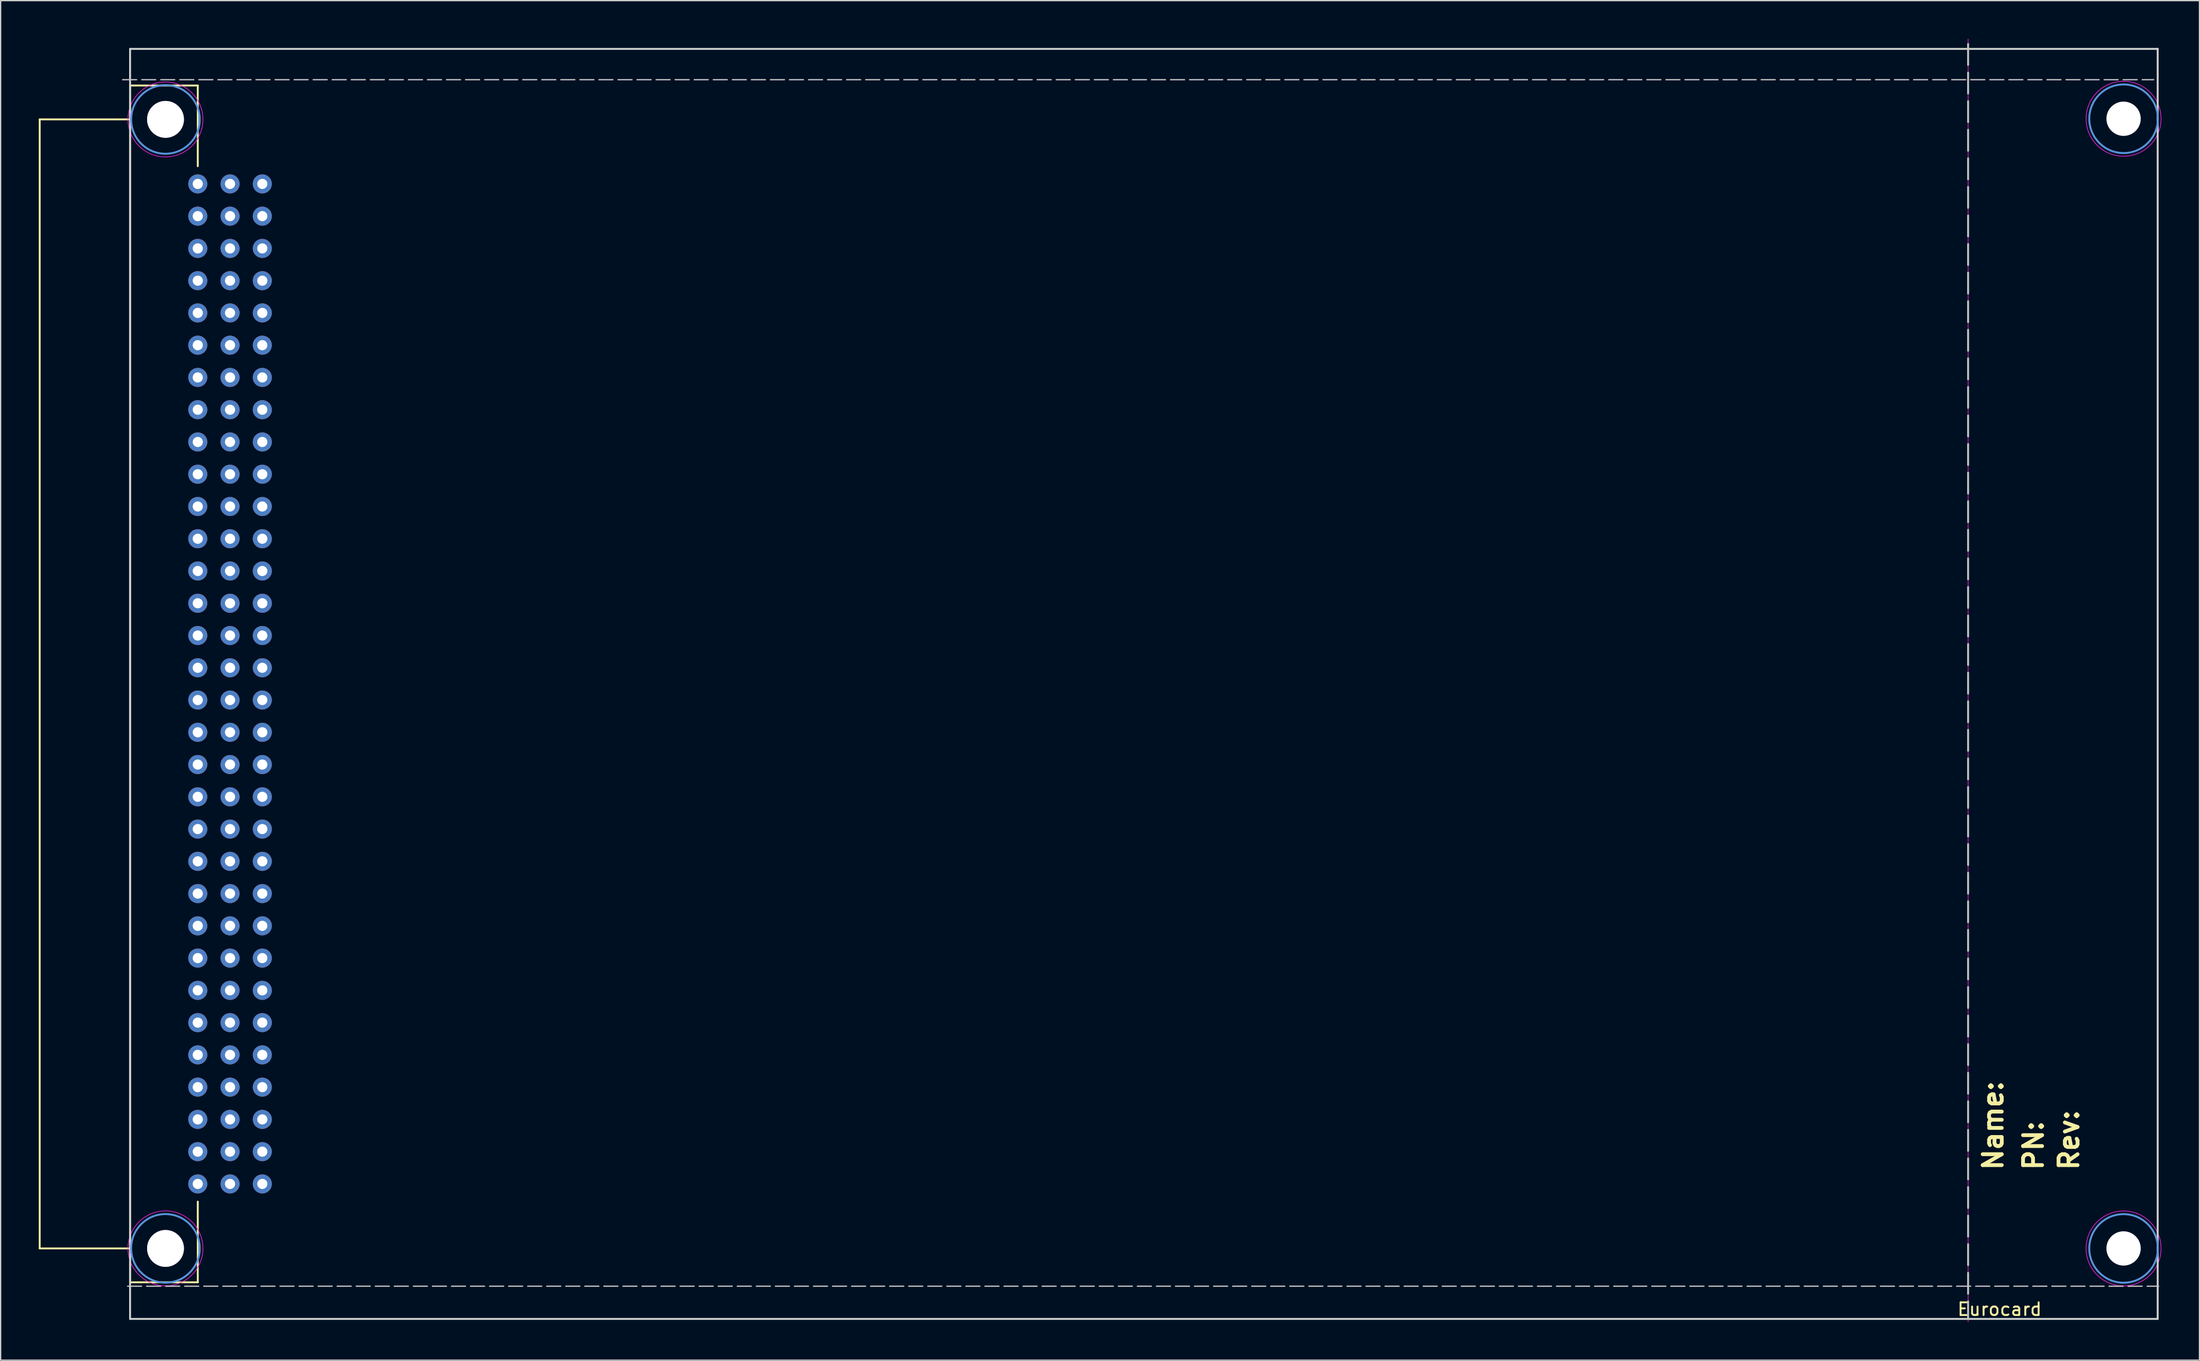
<source format=kicad_pcb>
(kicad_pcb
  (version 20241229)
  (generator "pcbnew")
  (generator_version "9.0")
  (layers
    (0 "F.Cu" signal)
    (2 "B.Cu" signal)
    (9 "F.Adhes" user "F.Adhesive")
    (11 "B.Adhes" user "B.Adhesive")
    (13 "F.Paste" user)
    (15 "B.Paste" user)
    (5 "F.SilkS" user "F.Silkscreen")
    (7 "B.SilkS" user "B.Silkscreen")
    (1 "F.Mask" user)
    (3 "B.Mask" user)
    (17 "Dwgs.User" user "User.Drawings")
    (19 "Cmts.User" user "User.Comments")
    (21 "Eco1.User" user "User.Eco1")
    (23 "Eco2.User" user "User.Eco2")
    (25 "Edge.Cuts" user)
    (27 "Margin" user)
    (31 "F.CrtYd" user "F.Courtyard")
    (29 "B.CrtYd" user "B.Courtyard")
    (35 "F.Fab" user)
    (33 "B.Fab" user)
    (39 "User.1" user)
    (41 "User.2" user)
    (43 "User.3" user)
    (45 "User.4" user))
  (footprint "Eurocard"
    (layer "F.Cu")
    (at 166.821 100.8)
    (property "Reference" "Eurocard" (at -12.446 -0.762 0) (unlocked yes) (layer "F.SilkS") (effects (font (size 1 1) (thickness 0.15))))
    (attr smd)
    (fp_line (start -166.746 -94.45) (end -159.634 -94.45) (stroke (width 0.15) (type solid)) (layer "F.SilkS"))
    (fp_line (start -166.746 -5.55) (end -166.746 -94.45) (stroke (width 0.15) (type solid)) (layer "F.SilkS"))
    (fp_line (start -159.634 -97.117) (end -154.3 -97.117) (stroke (width 0.15) (type solid)) (layer "F.SilkS"))
    (fp_line (start -159.634 -5.55) (end -166.746 -5.55) (stroke (width 0.15) (type solid)) (layer "F.SilkS"))
    (fp_line (start -159.634 -2.883) (end -159.634 -97.117) (stroke (width 0.15) (type solid)) (layer "F.SilkS"))
    (fp_line (start -154.3 -97.117) (end -154.3 -90.767) (stroke (width 0.15) (type solid)) (layer "F.SilkS"))
    (fp_line (start -154.3 -2.883) (end -159.634 -2.883) (stroke (width 0.15) (type solid)) (layer "F.SilkS"))
    (fp_line (start -154.3 -2.883) (end -154.3 -9.233) (stroke (width 0.15) (type solid)) (layer "F.SilkS"))
    (fp_line (start -160.215 -97.575) (end -0.315 -97.575) (stroke (width 0.1) (type dash)) (layer "Dwgs.User"))
    (fp_line (start -159.825 -2.575) (end 0.075 -2.575) (stroke (width 0.1) (type dash)) (layer "Dwgs.User"))
    (fp_line (start -14.925 -100.385) (end -14.925 -0.015) (stroke (width 0.15) (type dash)) (layer "Dwgs.User"))
    (fp_circle (center -156.845 -94.445) (end -154.145 -94.445) (stroke (width 0.15) (type solid)) (fill no) (layer "Cmts.User"))
    (fp_circle (center -156.845 -5.555) (end -154.145 -5.555) (stroke (width 0.15) (type solid)) (fill no) (layer "Cmts.User"))
    (fp_circle (center -2.685 -94.5) (end 0.015 -94.5) (stroke (width 0.15) (type solid)) (fill no) (layer "Cmts.User"))
    (fp_circle (center -2.685 -5.55) (end 0.015 -5.55) (stroke (width 0.15) (type solid)) (fill no) (layer "Cmts.User"))
    (fp_line (start -159.63 -100) (end -159.63 0) (stroke (width 0.15) (type solid)) (layer "Edge.Cuts"))
    (fp_line (start -159.63 0) (end 0 0) (stroke (width 0.15) (type solid)) (layer "Edge.Cuts"))
    (fp_line (start 0 -100) (end -159.63 -100) (stroke (width 0.15) (type solid)) (layer "Edge.Cuts"))
    (fp_line (start 0 -100) (end 0 -100) (stroke (width 0.15) (type solid)) (layer "Edge.Cuts"))
    (fp_line (start 0 0) (end 0 -100) (stroke (width 0.15) (type solid)) (layer "Edge.Cuts"))
    (fp_line (start -14.925 -97.625) (end -14.925 -100.775) (stroke (width 0.05) (type solid)) (layer "F.CrtYd"))
    (fp_line (start -14.925 -97.575) (end -14.925 -0.075) (stroke (width 0.05) (type solid)) (layer "F.CrtYd"))
    (fp_line (start -14.925 -0.075) (end -14.925 0.225) (stroke (width 0.05) (type solid)) (layer "F.CrtYd"))
    (fp_circle (center -156.845 -94.445) (end -153.895 -94.445) (stroke (width 0.05) (type solid)) (fill no) (layer "F.CrtYd"))
    (fp_circle (center -156.845 -5.555) (end -153.895 -5.555) (stroke (width 0.05) (type solid)) (fill no) (layer "F.CrtYd"))
    (fp_circle (center -2.685 -94.5) (end 0.265 -94.5) (stroke (width 0.05) (type solid)) (fill no) (layer "F.CrtYd"))
    (fp_circle (center -2.685 -5.55) (end 0.265 -5.55) (stroke (width 0.05) (type solid)) (fill no) (layer "F.CrtYd"))
    (fp_text user "PN: " (at -9.779 -11.557 90) (unlocked yes) (layer "F.SilkS") (effects (font (size 1.5 1.5) (thickness 0.3)) (justify left)))
    (fp_text user "Rev:" (at -6.985 -11.557 90) (unlocked yes) (layer "F.SilkS") (effects (font (size 1.5 1.5) (thickness 0.3)) (justify left)))
    (fp_text user "Name: " (at -12.954 -11.557 90) (unlocked yes) (layer "F.SilkS") (effects (font (size 1.5 1.5) (thickness 0.3)) (justify left)))
    (pad "" np_thru_hole circle (at -156.845 -94.445) (size 2.7 2.7) (drill 2.7) (layers "*.Cu" "*.Mask"))
    (pad "" np_thru_hole circle (at -156.845 -5.555) (size 2.7 2.7) (drill 2.7) (layers "*.Cu" "*.Mask"))
    (pad "" np_thru_hole circle (at -2.685 -94.5) (size 2.7 2.7) (drill 2.7) (layers "*.Cu" "*.Mask"))
    (pad "" np_thru_hole circle (at -2.685 -5.55) (size 2.7 2.7) (drill 2.7) (layers "*.Cu" "*.Mask"))
    (pad "1" thru_hole circle (at -156.84 -94.45 270) (size 2.901 2.901) (drill 2.901) (layers "*.Cu" "*.Mask"))
    (pad "1" thru_hole circle (at -156.84 -5.55 270) (size 2.901 2.901) (drill 2.901) (layers "*.Cu" "*.Mask"))
    (pad "1a" thru_hole circle (at -154.3 -10.63 90) (size 1.501 1.501) (drill 0.8) (layers "*.Cu" "*.Mask"))
    (pad "1b" thru_hole circle (at -151.76 -10.63 90) (size 1.501 1.501) (drill 0.8) (layers "*.Cu" "*.Mask"))
    (pad "1c" thru_hole circle (at -149.22 -10.63 90) (size 1.501 1.501) (drill 0.8) (layers "*.Cu" "*.Mask"))
    (pad "2a" thru_hole circle (at -154.3 -13.17 90) (size 1.501 1.501) (drill 0.8) (layers "*.Cu" "*.Mask"))
    (pad "2b" thru_hole circle (at -151.76 -13.17 90) (size 1.501 1.501) (drill 0.8) (layers "*.Cu" "*.Mask"))
    (pad "2c" thru_hole circle (at -149.22 -13.17 90) (size 1.501 1.501) (drill 0.8) (layers "*.Cu" "*.Mask"))
    (pad "3a" thru_hole circle (at -154.3 -15.71 90) (size 1.501 1.501) (drill 0.8) (layers "*.Cu" "*.Mask"))
    (pad "3b" thru_hole circle (at -151.76 -15.71 90) (size 1.501 1.501) (drill 0.8) (layers "*.Cu" "*.Mask"))
    (pad "3c" thru_hole circle (at -149.22 -15.71 90) (size 1.501 1.501) (drill 0.8) (layers "*.Cu" "*.Mask"))
    (pad "4a" thru_hole circle (at -154.3 -18.25 90) (size 1.501 1.501) (drill 0.8) (layers "*.Cu" "*.Mask"))
    (pad "4b" thru_hole circle (at -151.76 -18.25 90) (size 1.501 1.501) (drill 0.8) (layers "*.Cu" "*.Mask"))
    (pad "4c" thru_hole circle (at -149.22 -18.25 90) (size 1.501 1.501) (drill 0.8) (layers "*.Cu" "*.Mask"))
    (pad "5a" thru_hole circle (at -154.3 -20.79 90) (size 1.501 1.501) (drill 0.8) (layers "*.Cu" "*.Mask"))
    (pad "5b" thru_hole circle (at -151.76 -20.79 90) (size 1.501 1.501) (drill 0.8) (layers "*.Cu" "*.Mask"))
    (pad "5c" thru_hole circle (at -149.22 -20.79 90) (size 1.501 1.501) (drill 0.8) (layers "*.Cu" "*.Mask"))
    (pad "6a" thru_hole circle (at -154.3 -23.33 90) (size 1.501 1.501) (drill 0.8) (layers "*.Cu" "*.Mask"))
    (pad "6b" thru_hole circle (at -151.76 -23.33 90) (size 1.501 1.501) (drill 0.8) (layers "*.Cu" "*.Mask"))
    (pad "6c" thru_hole circle (at -149.22 -23.33 90) (size 1.501 1.501) (drill 0.8) (layers "*.Cu" "*.Mask"))
    (pad "7a" thru_hole circle (at -154.3 -25.87 90) (size 1.501 1.501) (drill 0.8) (layers "*.Cu" "*.Mask"))
    (pad "7b" thru_hole circle (at -151.76 -25.87 90) (size 1.501 1.501) (drill 0.8) (layers "*.Cu" "*.Mask"))
    (pad "7c" thru_hole circle (at -149.22 -25.87 90) (size 1.501 1.501) (drill 0.8) (layers "*.Cu" "*.Mask"))
    (pad "8a" thru_hole circle (at -154.3 -28.41 90) (size 1.501 1.501) (drill 0.8) (layers "*.Cu" "*.Mask"))
    (pad "8b" thru_hole circle (at -151.76 -28.41 90) (size 1.501 1.501) (drill 0.8) (layers "*.Cu" "*.Mask"))
    (pad "8c" thru_hole circle (at -149.22 -28.41 90) (size 1.501 1.501) (drill 0.8) (layers "*.Cu" "*.Mask"))
    (pad "9a" thru_hole circle (at -154.3 -30.95 90) (size 1.501 1.501) (drill 0.8) (layers "*.Cu" "*.Mask"))
    (pad "9b" thru_hole circle (at -151.76 -30.95 90) (size 1.501 1.501) (drill 0.8) (layers "*.Cu" "*.Mask"))
    (pad "9c" thru_hole circle (at -149.22 -30.95 90) (size 1.501 1.501) (drill 0.8) (layers "*.Cu" "*.Mask"))
    (pad "10a" thru_hole circle (at -154.3 -33.49 90) (size 1.501 1.501) (drill 0.8) (layers "*.Cu" "*.Mask"))
    (pad "10b" thru_hole circle (at -151.76 -33.49 90) (size 1.501 1.501) (drill 0.8) (layers "*.Cu" "*.Mask"))
    (pad "10c" thru_hole circle (at -149.22 -33.49 90) (size 1.501 1.501) (drill 0.8) (layers "*.Cu" "*.Mask"))
    (pad "11a" thru_hole circle (at -154.3 -36.03 90) (size 1.501 1.501) (drill 0.8) (layers "*.Cu" "*.Mask"))
    (pad "11b" thru_hole circle (at -151.76 -36.03 90) (size 1.501 1.501) (drill 0.8) (layers "*.Cu" "*.Mask"))
    (pad "11c" thru_hole circle (at -149.22 -36.03 90) (size 1.501 1.501) (drill 0.8) (layers "*.Cu" "*.Mask"))
    (pad "12a" thru_hole circle (at -154.3 -38.57 90) (size 1.501 1.501) (drill 0.8) (layers "*.Cu" "*.Mask"))
    (pad "12b" thru_hole circle (at -151.76 -38.57 90) (size 1.501 1.501) (drill 0.8) (layers "*.Cu" "*.Mask"))
    (pad "12c" thru_hole circle (at -149.22 -38.57 90) (size 1.501 1.501) (drill 0.8) (layers "*.Cu" "*.Mask"))
    (pad "13a" thru_hole circle (at -154.3 -41.11 90) (size 1.501 1.501) (drill 0.8) (layers "*.Cu" "*.Mask"))
    (pad "13b" thru_hole circle (at -151.76 -41.11 90) (size 1.501 1.501) (drill 0.8) (layers "*.Cu" "*.Mask"))
    (pad "13c" thru_hole circle (at -149.22 -41.11 90) (size 1.501 1.501) (drill 0.8) (layers "*.Cu" "*.Mask"))
    (pad "14a" thru_hole circle (at -154.3 -43.65 90) (size 1.501 1.501) (drill 0.8) (layers "*.Cu" "*.Mask"))
    (pad "14b" thru_hole circle (at -151.76 -43.65 90) (size 1.501 1.501) (drill 0.8) (layers "*.Cu" "*.Mask"))
    (pad "14c" thru_hole circle (at -149.22 -43.65 90) (size 1.501 1.501) (drill 0.8) (layers "*.Cu" "*.Mask"))
    (pad "15a" thru_hole circle (at -154.3 -46.19 90) (size 1.501 1.501) (drill 0.8) (layers "*.Cu" "*.Mask"))
    (pad "15b" thru_hole circle (at -151.76 -46.19 90) (size 1.501 1.501) (drill 0.8) (layers "*.Cu" "*.Mask"))
    (pad "15c" thru_hole circle (at -149.22 -46.19 90) (size 1.501 1.501) (drill 0.8) (layers "*.Cu" "*.Mask"))
    (pad "16a" thru_hole circle (at -154.3 -48.73 90) (size 1.501 1.501) (drill 0.8) (layers "*.Cu" "*.Mask"))
    (pad "16b" thru_hole circle (at -151.76 -48.73 90) (size 1.501 1.501) (drill 0.8) (layers "*.Cu" "*.Mask"))
    (pad "16c" thru_hole circle (at -149.22 -48.73 90) (size 1.501 1.501) (drill 0.8) (layers "*.Cu" "*.Mask"))
    (pad "17a" thru_hole circle (at -154.3 -51.27 90) (size 1.501 1.501) (drill 0.8) (layers "*.Cu" "*.Mask"))
    (pad "17b" thru_hole circle (at -151.76 -51.27 90) (size 1.501 1.501) (drill 0.8) (layers "*.Cu" "*.Mask"))
    (pad "17c" thru_hole circle (at -149.22 -51.27 90) (size 1.501 1.501) (drill 0.8) (layers "*.Cu" "*.Mask"))
    (pad "18a" thru_hole circle (at -154.3 -53.81 90) (size 1.501 1.501) (drill 0.8) (layers "*.Cu" "*.Mask"))
    (pad "18b" thru_hole circle (at -151.76 -53.81 90) (size 1.501 1.501) (drill 0.8) (layers "*.Cu" "*.Mask"))
    (pad "18c" thru_hole circle (at -149.22 -53.81 90) (size 1.501 1.501) (drill 0.8) (layers "*.Cu" "*.Mask"))
    (pad "19a" thru_hole circle (at -154.3 -56.35 90) (size 1.501 1.501) (drill 0.8) (layers "*.Cu" "*.Mask"))
    (pad "19b" thru_hole circle (at -151.76 -56.35 90) (size 1.501 1.501) (drill 0.8) (layers "*.Cu" "*.Mask"))
    (pad "19c" thru_hole circle (at -149.22 -56.35 90) (size 1.501 1.501) (drill 0.8) (layers "*.Cu" "*.Mask"))
    (pad "20a" thru_hole circle (at -154.3 -58.89 90) (size 1.501 1.501) (drill 0.8) (layers "*.Cu" "*.Mask"))
    (pad "20b" thru_hole circle (at -151.76 -58.89 90) (size 1.501 1.501) (drill 0.8) (layers "*.Cu" "*.Mask"))
    (pad "20c" thru_hole circle (at -149.22 -58.89 90) (size 1.501 1.501) (drill 0.8) (layers "*.Cu" "*.Mask"))
    (pad "21a" thru_hole circle (at -154.3 -61.43 90) (size 1.501 1.501) (drill 0.8) (layers "*.Cu" "*.Mask"))
    (pad "21b" thru_hole circle (at -151.76 -61.43 90) (size 1.501 1.501) (drill 0.8) (layers "*.Cu" "*.Mask"))
    (pad "21c" thru_hole circle (at -149.22 -61.43 90) (size 1.501 1.501) (drill 0.8) (layers "*.Cu" "*.Mask"))
    (pad "22a" thru_hole circle (at -154.3 -63.97 90) (size 1.501 1.501) (drill 0.8) (layers "*.Cu" "*.Mask"))
    (pad "22b" thru_hole circle (at -151.76 -63.97 90) (size 1.501 1.501) (drill 0.8) (layers "*.Cu" "*.Mask"))
    (pad "22c" thru_hole circle (at -149.22 -63.97 90) (size 1.501 1.501) (drill 0.8) (layers "*.Cu" "*.Mask"))
    (pad "23a" thru_hole circle (at -154.3 -66.51 90) (size 1.501 1.501) (drill 0.8) (layers "*.Cu" "*.Mask"))
    (pad "23b" thru_hole circle (at -151.76 -66.51 90) (size 1.501 1.501) (drill 0.8) (layers "*.Cu" "*.Mask"))
    (pad "23c" thru_hole circle (at -149.22 -66.51 90) (size 1.501 1.501) (drill 0.8) (layers "*.Cu" "*.Mask"))
    (pad "24a" thru_hole circle (at -154.3 -69.05 90) (size 1.501 1.501) (drill 0.8) (layers "*.Cu" "*.Mask"))
    (pad "24b" thru_hole circle (at -151.76 -69.05 90) (size 1.501 1.501) (drill 0.8) (layers "*.Cu" "*.Mask"))
    (pad "24c" thru_hole circle (at -149.22 -69.05 90) (size 1.501 1.501) (drill 0.8) (layers "*.Cu" "*.Mask"))
    (pad "25a" thru_hole circle (at -154.3 -71.59 90) (size 1.501 1.501) (drill 0.8) (layers "*.Cu" "*.Mask"))
    (pad "25b" thru_hole circle (at -151.76 -71.59 90) (size 1.501 1.501) (drill 0.8) (layers "*.Cu" "*.Mask"))
    (pad "25c" thru_hole circle (at -149.22 -71.59 90) (size 1.501 1.501) (drill 0.8) (layers "*.Cu" "*.Mask"))
    (pad "26a" thru_hole circle (at -154.3 -74.13 90) (size 1.501 1.501) (drill 0.8) (layers "*.Cu" "*.Mask"))
    (pad "26b" thru_hole circle (at -151.76 -74.13 90) (size 1.501 1.501) (drill 0.8) (layers "*.Cu" "*.Mask"))
    (pad "26c" thru_hole circle (at -149.22 -74.13 90) (size 1.501 1.501) (drill 0.8) (layers "*.Cu" "*.Mask"))
    (pad "27a" thru_hole circle (at -154.3 -76.67 90) (size 1.501 1.501) (drill 0.8) (layers "*.Cu" "*.Mask"))
    (pad "27b" thru_hole circle (at -151.76 -76.67 90) (size 1.501 1.501) (drill 0.8) (layers "*.Cu" "*.Mask"))
    (pad "27c" thru_hole circle (at -149.22 -76.67 90) (size 1.501 1.501) (drill 0.8) (layers "*.Cu" "*.Mask"))
    (pad "28a" thru_hole circle (at -154.3 -79.21 90) (size 1.501 1.501) (drill 0.8) (layers "*.Cu" "*.Mask"))
    (pad "28b" thru_hole circle (at -151.76 -79.21 90) (size 1.501 1.501) (drill 0.8) (layers "*.Cu" "*.Mask"))
    (pad "28c" thru_hole circle (at -149.22 -79.21 90) (size 1.501 1.501) (drill 0.8) (layers "*.Cu" "*.Mask"))
    (pad "29a" thru_hole circle (at -154.3 -81.75 90) (size 1.501 1.501) (drill 0.8) (layers "*.Cu" "*.Mask"))
    (pad "29b" thru_hole circle (at -151.76 -81.75 90) (size 1.501 1.501) (drill 0.8) (layers "*.Cu" "*.Mask"))
    (pad "29c" thru_hole circle (at -149.22 -81.75 90) (size 1.501 1.501) (drill 0.8) (layers "*.Cu" "*.Mask"))
    (pad "30a" thru_hole circle (at -154.3 -84.29 90) (size 1.501 1.501) (drill 0.8) (layers "*.Cu" "*.Mask"))
    (pad "30b" thru_hole circle (at -151.76 -84.29 90) (size 1.501 1.501) (drill 0.8) (layers "*.Cu" "*.Mask"))
    (pad "30c" thru_hole circle (at -149.22 -84.29 90) (size 1.501 1.501) (drill 0.8) (layers "*.Cu" "*.Mask"))
    (pad "31a" thru_hole circle (at -154.3 -86.83 90) (size 1.501 1.501) (drill 0.8) (layers "*.Cu" "*.Mask"))
    (pad "31b" thru_hole circle (at -151.76 -86.83 90) (size 1.501 1.501) (drill 0.8) (layers "*.Cu" "*.Mask"))
    (pad "31c" thru_hole circle (at -149.22 -86.83 90) (size 1.501 1.501) (drill 0.8) (layers "*.Cu" "*.Mask"))
    (pad "32a" thru_hole circle (at -154.3 -89.37 90) (size 1.501 1.501) (drill 0.8) (layers "*.Cu" "*.Mask"))
    (pad "32b" thru_hole circle (at -151.76 -89.37 90) (size 1.501 1.501) (drill 0.8) (layers "*.Cu" "*.Mask"))
    (pad "32c" thru_hole circle (at -149.22 -89.37 90) (size 1.501 1.501) (drill 0.8) (layers "*.Cu" "*.Mask")))
  (gr_rect
    (start -3 -3)
    (end 170.111 104.05)
    (stroke (width 0.1) (type default))
    (fill no)
    (layer "Edge.Cuts")))
</source>
